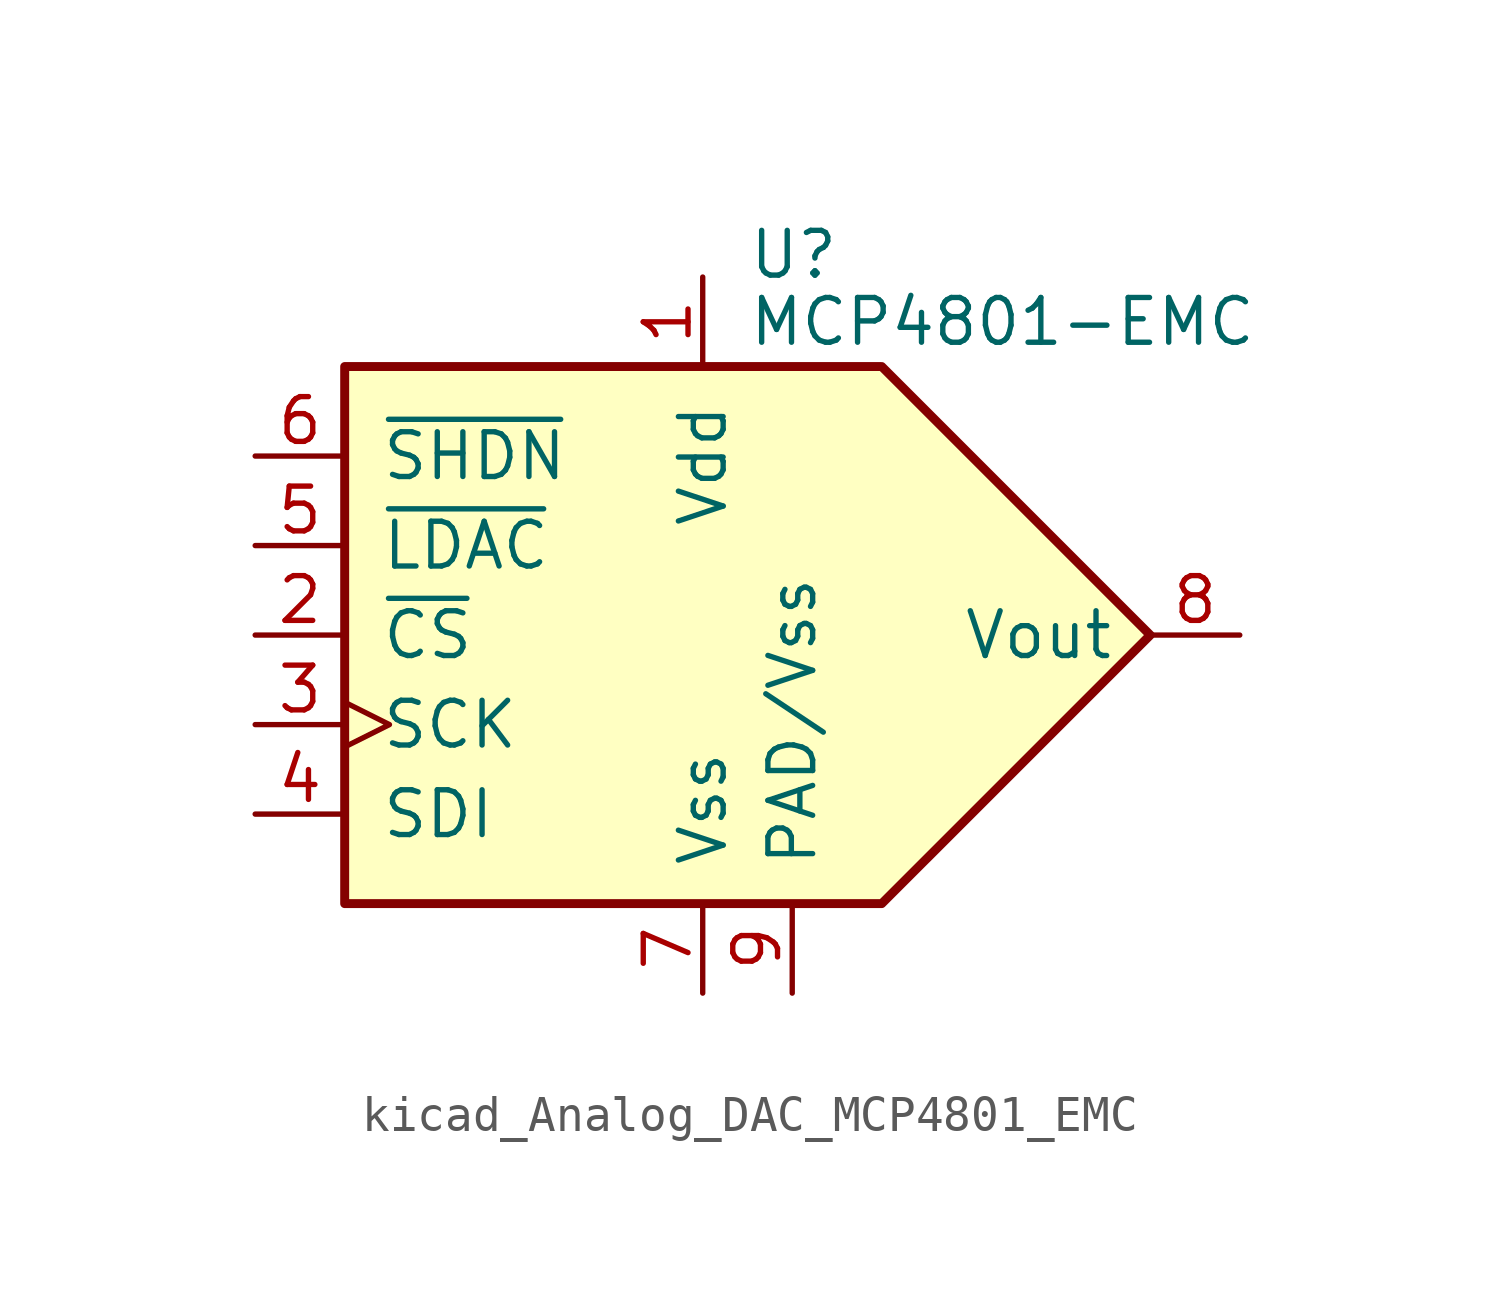
<source format=kicad_sym>
(kicad_symbol_lib
  (version 20220914)
  (generator kicad_symbol_editor)
  (symbol "kicad_Analog_DAC_MCP4801_EMC"
    (pin_names
      (offset 1.016))
    (property "Reference" "U"
      (at 1.27 10.795 0)
      (effects (font (size 1.27 1.27)) (justify left)))
    (property "Value" "MCP4801-EMC"
      (at 1.27 8.89 0)
      (effects (font (size 1.27 1.27)) (justify left)))
    (symbol "kicad_Analog_DAC_MCP4801_EMC_0_0"
      (polyline (pts (xy 12.7 0) (xy 5.08 7.62) (xy -10.16 7.62) (xy -10.16 -7.62) (xy 5.08 -7.62) (xy 12.7 0)) (stroke (width 0.254) (type default)) (fill (type background))))
    (symbol "kicad_Analog_DAC_MCP4801_EMC_1_1"
      (pin power_in line (at 0 10.16 270) (length 2.54) (name "Vdd" (effects (font (size 1.27 1.27)))) (number "1" (effects (font (size 1.27 1.27)))))
      (pin input line (at -12.7 0 0) (length 2.54) (name "~{CS}" (effects (font (size 1.27 1.27)))) (number "2" (effects (font (size 1.27 1.27)))))
      (pin input clock (at -12.7 -2.54 0) (length 2.54) (name "SCK" (effects (font (size 1.27 1.27)))) (number "3" (effects (font (size 1.27 1.27)))))
      (pin input line (at -12.7 -5.08 0) (length 2.54) (name "SDI" (effects (font (size 1.27 1.27)))) (number "4" (effects (font (size 1.27 1.27)))))
      (pin input line (at -12.7 2.54 0) (length 2.54) (name "~{LDAC}" (effects (font (size 1.27 1.27)))) (number "5" (effects (font (size 1.27 1.27)))))
      (pin input line (at -12.7 5.08 0) (length 2.54) (name "~{SHDN}" (effects (font (size 1.27 1.27)))) (number "6" (effects (font (size 1.27 1.27)))))
      (pin power_in line (at 0 -10.16 90) (length 2.54) (name "Vss" (effects (font (size 1.27 1.27)))) (number "7" (effects (font (size 1.27 1.27)))))
      (pin output line (at 15.24 0 180) (length 2.54) (name "Vout" (effects (font (size 1.27 1.27)))) (number "8" (effects (font (size 1.27 1.27)))))
      (pin power_in line (at 2.54 -10.16 90) (length 2.54) (name "PAD/Vss" (effects (font (size 1.27 1.27)))) (number "9" (effects (font (size 1.27 1.27))))))))
</source>
